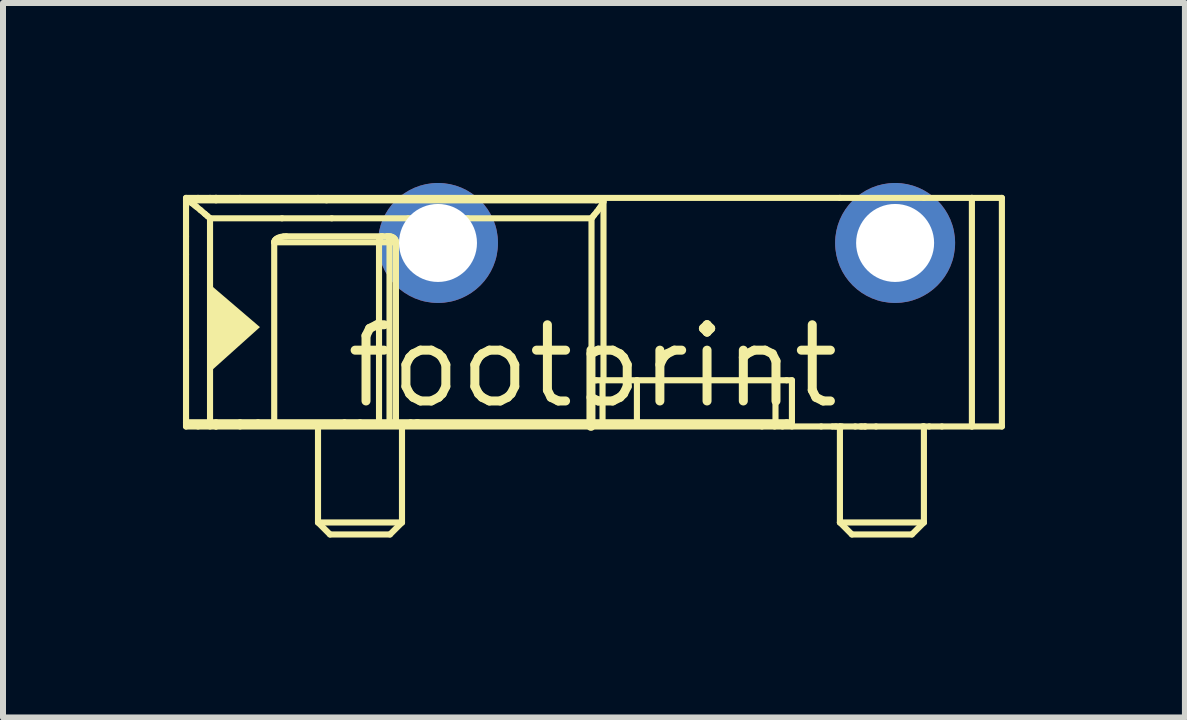
<source format=kicad_pcb>
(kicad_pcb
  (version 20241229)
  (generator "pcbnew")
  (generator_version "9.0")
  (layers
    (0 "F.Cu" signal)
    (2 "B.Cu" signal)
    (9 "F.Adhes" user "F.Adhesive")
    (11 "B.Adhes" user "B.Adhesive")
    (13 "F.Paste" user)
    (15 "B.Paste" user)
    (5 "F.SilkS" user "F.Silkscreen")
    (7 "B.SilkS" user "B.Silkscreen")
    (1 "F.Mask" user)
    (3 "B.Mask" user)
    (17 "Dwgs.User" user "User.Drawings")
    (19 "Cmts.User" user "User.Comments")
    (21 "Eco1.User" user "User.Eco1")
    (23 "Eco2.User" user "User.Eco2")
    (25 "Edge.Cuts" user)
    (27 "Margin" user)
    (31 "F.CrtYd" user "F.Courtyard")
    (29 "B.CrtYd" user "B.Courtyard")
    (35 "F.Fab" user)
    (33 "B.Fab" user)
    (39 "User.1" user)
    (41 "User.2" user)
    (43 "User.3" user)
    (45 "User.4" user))
  (footprint "footprint"
    (layer "F.Cu")
    (at 6.831 3.054)
    (property "Reference" "footprint" (at 0 0 0) (layer "F.SilkS") (effects (font (size 1.27 1.27) (thickness 0.15))))
    (fp_line (start -6.78 -2.805) (end -6.58 -2.805) (stroke (width 0.102) (type solid)) (layer "F.SilkS"))
    (fp_line (start -6.78 -2.765) (end -6.78 -2.805) (stroke (width 0.102) (type solid)) (layer "F.SilkS"))
    (fp_line (start -6.78 -2.665) (end -6.78 -2.765) (stroke (width 0.102) (type solid)) (layer "F.SilkS"))
    (fp_line (start -6.78 -2.165) (end -6.78 -2.665) (stroke (width 0.102) (type solid)) (layer "F.SilkS"))
    (fp_line (start -6.78 -1.865) (end -6.78 -2.165) (stroke (width 0.102) (type solid)) (layer "F.SilkS"))
    (fp_line (start -6.78 -1.527) (end -6.78 -1.865) (stroke (width 0.102) (type solid)) (layer "F.SilkS"))
    (fp_line (start -6.78 -1.527) (end -6.78 -0.273) (stroke (width 0.102) (type solid)) (layer "F.SilkS"))
    (fp_line (start -6.78 0.865) (end -6.78 -0.273) (stroke (width 0.102) (type solid)) (layer "F.SilkS"))
    (fp_line (start -6.78 0.935) (end -6.78 0.865) (stroke (width 0.102) (type solid)) (layer "F.SilkS"))
    (fp_line (start -6.78 0.935) (end -6.38 0.935) (stroke (width 0.102) (type solid)) (layer "F.SilkS"))
    (fp_line (start -6.78 1.005) (end -6.78 0.935) (stroke (width 0.102) (type solid)) (layer "F.SilkS"))
    (fp_line (start -6.78 1.005) (end -6.58 1.005) (stroke (width 0.102) (type solid)) (layer "F.SilkS"))
    (fp_line (start -6.767 -2.765) (end -6.78 -2.765) (stroke (width 0.102) (type solid)) (layer "F.SilkS"))
    (fp_line (start -6.718 -2.743) (end -6.699 -2.729) (stroke (width 0.102) (type solid)) (layer "F.SilkS"))
    (fp_line (start -6.699 -2.729) (end -6.676 -2.713) (stroke (width 0.102) (type solid)) (layer "F.SilkS"))
    (fp_line (start -6.632 -2.678) (end -6.607 -2.658) (stroke (width 0.102) (type solid)) (layer "F.SilkS"))
    (fp_line (start -6.58 -2.805) (end -6.38 -2.805) (stroke (width 0.102) (type solid)) (layer "F.SilkS"))
    (fp_line (start -6.58 1.005) (end -6.38 1.005) (stroke (width 0.102) (type solid)) (layer "F.SilkS"))
    (fp_line (start -6.462 -2.536) (end -6.422 -2.502) (stroke (width 0.102) (type solid)) (layer "F.SilkS"))
    (fp_line (start -6.38 -2.805) (end -6.28 -2.805) (stroke (width 0.102) (type solid)) (layer "F.SilkS"))
    (fp_line (start -6.38 0.935) (end -6.38 -2.465) (stroke (width 0.102) (type solid)) (layer "F.SilkS"))
    (fp_line (start -6.38 1.005) (end -6.28 1.005) (stroke (width 0.102) (type solid)) (layer "F.SilkS"))
    (fp_line (start -6.28 -2.805) (end -6.28 -2.765) (stroke (width 0.102) (type solid)) (layer "F.SilkS"))
    (fp_line (start -6.28 -2.805) (end -5.88 -2.805) (stroke (width 0.102) (type solid)) (layer "F.SilkS"))
    (fp_line (start -6.28 0.935) (end -6.28 1.005) (stroke (width 0.102) (type solid)) (layer "F.SilkS"))
    (fp_line (start -5.88 -2.805) (end -4.58 -2.805) (stroke (width 0.102) (type solid)) (layer "F.SilkS"))
    (fp_line (start -5.88 0.935) (end -6.38 0.935) (stroke (width 0.102) (type solid)) (layer "F.SilkS"))
    (fp_line (start -5.88 1.005) (end -6.28 1.005) (stroke (width 0.102) (type solid)) (layer "F.SilkS"))
    (fp_line (start -5.58 0.935) (end -5.88 0.935) (stroke (width 0.102) (type solid)) (layer "F.SilkS"))
    (fp_line (start -5.31 -2.065) (end -5.31 0.935) (stroke (width 0.102) (type solid)) (layer "F.SilkS"))
    (fp_line (start -5.31 0.935) (end -5.58 0.935) (stroke (width 0.102) (type solid)) (layer "F.SilkS"))
    (fp_line (start -5.18 -2.465) (end -6.38 -2.465) (stroke (width 0.102) (type solid)) (layer "F.SilkS"))
    (fp_line (start -5.11 -2.165) (end -3.513 -2.165) (stroke (width 0.102) (type solid)) (layer "F.SilkS"))
    (fp_line (start -4.58 -2.805) (end -3.18 -2.805) (stroke (width 0.102) (type solid)) (layer "F.SilkS"))
    (fp_line (start -4.58 1.005) (end -5.88 1.005) (stroke (width 0.102) (type solid)) (layer "F.SilkS"))
    (fp_line (start -4.58 1.005) (end -4.58 2.605) (stroke (width 0.102) (type solid)) (layer "F.SilkS"))
    (fp_line (start -4.58 2.605) (end -4.38 2.805) (stroke (width 0.102) (type solid)) (layer "F.SilkS"))
    (fp_line (start -4.58 2.605) (end -3.18 2.605) (stroke (width 0.102) (type solid)) (layer "F.SilkS"))
    (fp_line (start -4.438 -2.765) (end -6.767 -2.765) (stroke (width 0.102) (type solid)) (layer "F.SilkS"))
    (fp_line (start -4.38 2.805) (end -3.38 2.805) (stroke (width 0.102) (type solid)) (layer "F.SilkS"))
    (fp_line (start -4.351 -2.465) (end -5.18 -2.465) (stroke (width 0.102) (type solid)) (layer "F.SilkS"))
    (fp_line (start -4.139 0.935) (end -5.31 0.935) (stroke (width 0.102) (type solid)) (layer "F.SilkS"))
    (fp_line (start -3.879 0.935) (end -4.139 0.935) (stroke (width 0.102) (type solid)) (layer "F.SilkS"))
    (fp_line (start -3.563 -2.065) (end -5.31 -2.065) (stroke (width 0.102) (type solid)) (layer "F.SilkS"))
    (fp_line (start -3.563 0.935) (end -3.879 0.935) (stroke (width 0.102) (type solid)) (layer "F.SilkS"))
    (fp_line (start -3.563 0.935) (end -3.563 -2.065) (stroke (width 0.102) (type solid)) (layer "F.SilkS"))
    (fp_line (start -3.513 -2.165) (end -3.425 -2.165) (stroke (width 0.102) (type solid)) (layer "F.SilkS"))
    (fp_line (start -3.425 -2.165) (end -3.396 -2.165) (stroke (width 0.102) (type solid)) (layer "F.SilkS"))
    (fp_line (start -3.388 -2.065) (end -3.563 -2.065) (stroke (width 0.102) (type solid)) (layer "F.SilkS"))
    (fp_line (start -3.388 0.935) (end -3.563 0.935) (stroke (width 0.102) (type solid)) (layer "F.SilkS"))
    (fp_line (start -3.388 0.935) (end -3.388 -2.065) (stroke (width 0.102) (type solid)) (layer "F.SilkS"))
    (fp_line (start -3.38 2.805) (end -3.18 2.605) (stroke (width 0.102) (type solid)) (layer "F.SilkS"))
    (fp_line (start -3.281 -2.065) (end -3.388 -2.065) (stroke (width 0.102) (type solid)) (layer "F.SilkS"))
    (fp_line (start -3.281 0.935) (end -3.388 0.935) (stroke (width 0.102) (type solid)) (layer "F.SilkS"))
    (fp_line (start -3.281 0.935) (end -3.281 -2.065) (stroke (width 0.102) (type solid)) (layer "F.SilkS"))
    (fp_line (start -3.18 -2.805) (end 4.12 -2.805) (stroke (width 0.102) (type solid)) (layer "F.SilkS"))
    (fp_line (start -3.18 1.005) (end -4.58 1.005) (stroke (width 0.102) (type solid)) (layer "F.SilkS"))
    (fp_line (start -3.18 1.005) (end -3.18 2.605) (stroke (width 0.102) (type solid)) (layer "F.SilkS"))
    (fp_line (start -3.076 -2.465) (end -4.351 -2.465) (stroke (width 0.102) (type solid)) (layer "F.SilkS"))
    (fp_line (start -3.036 0.935) (end -3.281 0.935) (stroke (width 0.102) (type solid)) (layer "F.SilkS"))
    (fp_line (start -2.938 0.935) (end -3.036 0.935) (stroke (width 0.102) (type solid)) (layer "F.SilkS"))
    (fp_line (start -2.911 0.935) (end -2.938 0.935) (stroke (width 0.102) (type solid)) (layer "F.SilkS"))
    (fp_line (start -2.084 -2.465) (end -3.076 -2.465) (stroke (width 0.102) (type solid)) (layer "F.SilkS"))
    (fp_line (start -0.021 -2.465) (end -2.084 -2.465) (stroke (width 0.102) (type solid)) (layer "F.SilkS"))
    (fp_line (start -0.021 0.235) (end -0.021 -2.465) (stroke (width 0.102) (type solid)) (layer "F.SilkS"))
    (fp_line (start -0.002 -2.489) (end 0.022 -2.518) (stroke (width 0.102) (type solid)) (layer "F.SilkS"))
    (fp_line (start 0.054 -2.765) (end -4.438 -2.765) (stroke (width 0.102) (type solid)) (layer "F.SilkS"))
    (fp_line (start 0.054 0.235) (end -0.021 0.235) (stroke (width 0.102) (type solid)) (layer "F.SilkS"))
    (fp_line (start 0.108 -2.626) (end 0.121 -2.644) (stroke (width 0.102) (type solid)) (layer "F.SilkS"))
    (fp_line (start 0.144 -2.677) (end 0.156 -2.695) (stroke (width 0.102) (type solid)) (layer "F.SilkS"))
    (fp_line (start 0.152 -2.765) (end 0.054 -2.765) (stroke (width 0.102) (type solid)) (layer "F.SilkS"))
    (fp_line (start 0.163 0.235) (end 0.054 0.235) (stroke (width 0.102) (type solid)) (layer "F.SilkS"))
    (fp_line (start 0.163 0.935) (end -2.911 0.935) (stroke (width 0.102) (type solid)) (layer "F.SilkS"))
    (fp_line (start 0.163 0.935) (end 0.163 0.235) (stroke (width 0.102) (type solid)) (layer "F.SilkS"))
    (fp_line (start 0.172 -2.724) (end 0.176 -2.735) (stroke (width 0.102) (type solid)) (layer "F.SilkS"))
    (fp_line (start 0.179 -2.748) (end 0.179 0.235) (stroke (width 0.102) (type solid)) (layer "F.SilkS"))
    (fp_line (start 0.179 0.235) (end 0.163 0.235) (stroke (width 0.102) (type solid)) (layer "F.SilkS"))
    (fp_line (start 0.736 0.235) (end 0.179 0.235) (stroke (width 0.102) (type solid)) (layer "F.SilkS"))
    (fp_line (start 0.736 0.235) (end 3.046 0.235) (stroke (width 0.102) (type solid)) (layer "F.SilkS"))
    (fp_line (start 0.736 0.935) (end 0.163 0.935) (stroke (width 0.102) (type solid)) (layer "F.SilkS"))
    (fp_line (start 0.736 0.935) (end 0.736 0.235) (stroke (width 0.102) (type solid)) (layer "F.SilkS"))
    (fp_line (start 2.82 1.005) (end -3.18 1.005) (stroke (width 0.102) (type solid)) (layer "F.SilkS"))
    (fp_line (start 3.031 1.005) (end 2.82 1.005) (stroke (width 0.102) (type solid)) (layer "F.SilkS"))
    (fp_line (start 3.046 0.935) (end 0.736 0.935) (stroke (width 0.102) (type solid)) (layer "F.SilkS"))
    (fp_line (start 3.046 0.935) (end 3.046 0.235) (stroke (width 0.102) (type solid)) (layer "F.SilkS"))
    (fp_line (start 3.162 1.005) (end 3.031 1.005) (stroke (width 0.102) (type solid)) (layer "F.SilkS"))
    (fp_line (start 3.231 0.235) (end 3.046 0.235) (stroke (width 0.102) (type solid)) (layer "F.SilkS"))
    (fp_line (start 3.231 0.935) (end 3.046 0.935) (stroke (width 0.102) (type solid)) (layer "F.SilkS"))
    (fp_line (start 3.32 1.005) (end 3.162 1.005) (stroke (width 0.102) (type solid)) (layer "F.SilkS"))
    (fp_line (start 3.32 0.235) (end 3.231 0.235) (stroke (width 0.102) (type solid)) (layer "F.SilkS"))
    (fp_line (start 3.32 0.235) (end 3.32 0.935) (stroke (width 0.102) (type solid)) (layer "F.SilkS"))
    (fp_line (start 3.32 0.935) (end 3.231 0.935) (stroke (width 0.102) (type solid)) (layer "F.SilkS"))
    (fp_line (start 3.808 1.005) (end 3.32 1.005) (stroke (width 0.102) (type solid)) (layer "F.SilkS"))
    (fp_line (start 3.996 1.005) (end 3.808 1.005) (stroke (width 0.102) (type solid)) (layer "F.SilkS"))
    (fp_line (start 4.037 1.005) (end 3.996 1.005) (stroke (width 0.102) (type solid)) (layer "F.SilkS"))
    (fp_line (start 4.066 1.005) (end 4.037 1.005) (stroke (width 0.102) (type solid)) (layer "F.SilkS"))
    (fp_line (start 4.12 -2.805) (end 5.52 -2.805) (stroke (width 0.102) (type solid)) (layer "F.SilkS"))
    (fp_line (start 4.12 1.005) (end 4.066 1.005) (stroke (width 0.102) (type solid)) (layer "F.SilkS"))
    (fp_line (start 4.12 1.005) (end 4.12 2.605) (stroke (width 0.102) (type solid)) (layer "F.SilkS"))
    (fp_line (start 4.12 2.605) (end 4.32 2.805) (stroke (width 0.102) (type solid)) (layer "F.SilkS"))
    (fp_line (start 4.12 2.605) (end 5.52 2.605) (stroke (width 0.102) (type solid)) (layer "F.SilkS"))
    (fp_line (start 4.154 1.005) (end 4.12 1.005) (stroke (width 0.102) (type solid)) (layer "F.SilkS"))
    (fp_line (start 4.32 2.805) (end 5.32 2.805) (stroke (width 0.102) (type solid)) (layer "F.SilkS"))
    (fp_line (start 4.375 1.005) (end 4.154 1.005) (stroke (width 0.102) (type solid)) (layer "F.SilkS"))
    (fp_line (start 4.464 1.005) (end 4.375 1.005) (stroke (width 0.102) (type solid)) (layer "F.SilkS"))
    (fp_line (start 4.493 1.005) (end 4.464 1.005) (stroke (width 0.102) (type solid)) (layer "F.SilkS"))
    (fp_line (start 4.533 1.005) (end 4.493 1.005) (stroke (width 0.102) (type solid)) (layer "F.SilkS"))
    (fp_line (start 4.546 1.005) (end 4.533 1.005) (stroke (width 0.102) (type solid)) (layer "F.SilkS"))
    (fp_line (start 4.722 1.005) (end 4.546 1.005) (stroke (width 0.102) (type solid)) (layer "F.SilkS"))
    (fp_line (start 5.32 2.805) (end 5.52 2.605) (stroke (width 0.102) (type solid)) (layer "F.SilkS"))
    (fp_line (start 5.497 1.005) (end 4.722 1.005) (stroke (width 0.102) (type solid)) (layer "F.SilkS"))
    (fp_line (start 5.52 -2.805) (end 6.32 -2.805) (stroke (width 0.102) (type solid)) (layer "F.SilkS"))
    (fp_line (start 5.52 1.005) (end 5.497 1.005) (stroke (width 0.102) (type solid)) (layer "F.SilkS"))
    (fp_line (start 5.52 1.005) (end 5.52 2.605) (stroke (width 0.102) (type solid)) (layer "F.SilkS"))
    (fp_line (start 5.609 1.005) (end 5.52 1.005) (stroke (width 0.102) (type solid)) (layer "F.SilkS"))
    (fp_line (start 5.82 1.005) (end 5.609 1.005) (stroke (width 0.102) (type solid)) (layer "F.SilkS"))
    (fp_line (start 6.32 -2.805) (end 6.32 1.005) (stroke (width 0.102) (type solid)) (layer "F.SilkS"))
    (fp_line (start 6.32 -2.805) (end 6.82 -2.805) (stroke (width 0.102) (type solid)) (layer "F.SilkS"))
    (fp_line (start 6.32 1.005) (end 5.82 1.005) (stroke (width 0.102) (type solid)) (layer "F.SilkS"))
    (fp_line (start 6.32 1.005) (end 6.82 1.005) (stroke (width 0.102) (type solid)) (layer "F.SilkS"))
    (fp_line (start 6.82 1.005) (end 6.82 -2.805) (stroke (width 0.102) (type solid)) (layer "F.SilkS"))
    (fp_arc (start -6.7673 -2.765) (mid -6.757444 -2.763454) (end -6.7482 -2.7597) (stroke (width 0.1016) (type solid)) (layer "F.SilkS"))
    (fp_arc (start -6.7482 -2.7597) (mid -6.732902 -2.751811) (end -6.7183 -2.7427) (stroke (width 0.1016) (type solid)) (layer "F.SilkS"))
    (fp_arc (start -6.6764 -2.7132) (mid -6.653908 -2.696033) (end -6.6317 -2.6785) (stroke (width 0.1016) (type solid)) (layer "F.SilkS"))
    (fp_arc (start -6.6066 -2.6581) (mid -6.571924 -2.629401) (end -6.5375 -2.6004) (stroke (width 0.1016) (type solid)) (layer "F.SilkS"))
    (fp_arc (start -6.5375 -2.6004) (mid -6.49958 -2.568131) (end -6.4618 -2.5357) (stroke (width 0.1016) (type solid)) (layer "F.SilkS"))
    (fp_arc (start -6.4224 -2.5017) (mid -6.401197 -2.483354) (end -6.38 -2.465) (stroke (width 0.1016) (type solid)) (layer "F.SilkS"))
    (fp_arc (start -5.3101 -2.065) (mid -5.309293 -2.073882) (end -5.307 -2.0825) (stroke (width 0.1016) (type solid)) (layer "F.SilkS"))
    (fp_arc (start -5.307 -2.0825) (mid -5.303085 -2.091165) (end -5.298 -2.0992) (stroke (width 0.1016) (type solid)) (layer "F.SilkS"))
    (fp_arc (start -5.298 -2.0992) (mid -5.291128 -2.107448) (end -5.2834 -2.1149) (stroke (width 0.1016) (type solid)) (layer "F.SilkS"))
    (fp_arc (start -5.2834 -2.1149) (mid -5.273705 -2.122476) (end -5.2634 -2.1292) (stroke (width 0.1016) (type solid)) (layer "F.SilkS"))
    (fp_arc (start -5.2634 -2.1292) (mid -5.249286 -2.136684) (end -5.2347 -2.1432) (stroke (width 0.1016) (type solid)) (layer "F.SilkS"))
    (fp_arc (start -5.2347 -2.1432) (mid -5.215957 -2.14981) (end -5.1968 -2.1551) (stroke (width 0.1016) (type solid)) (layer "F.SilkS"))
    (fp_arc (start -5.1968 -2.1551) (mid -5.175911 -2.159428) (end -5.1548 -2.1625) (stroke (width 0.1016) (type solid)) (layer "F.SilkS"))
    (fp_arc (start -5.1548 -2.1625) (mid -5.132485 -2.164381) (end -5.1101 -2.165) (stroke (width 0.1016) (type solid)) (layer "F.SilkS"))
    (fp_arc (start -3.5629 -2.065) (mid -3.562569 -2.076169) (end -3.5616 -2.0873) (stroke (width 0.1016) (type solid)) (layer "F.SilkS"))
    (fp_arc (start -3.5616 -2.0873) (mid -3.560077 -2.097907) (end -3.5579 -2.1084) (stroke (width 0.1016) (type solid)) (layer "F.SilkS"))
    (fp_arc (start -3.5579 -2.1084) (mid -3.555293 -2.117957) (end -3.552 -2.1273) (stroke (width 0.1016) (type solid)) (layer "F.SilkS"))
    (fp_arc (start -3.552 -2.1273) (mid -3.548832 -2.134661) (end -3.545 -2.1417) (stroke (width 0.1016) (type solid)) (layer "F.SilkS"))
    (fp_arc (start -3.5449 -2.1416) (mid -3.541578 -2.146762) (end -3.5378 -2.1516) (stroke (width 0.1016) (type solid)) (layer "F.SilkS"))
    (fp_arc (start -3.5379 -2.1517) (mid -3.534164 -2.155582) (end -3.53 -2.159) (stroke (width 0.1016) (type solid)) (layer "F.SilkS"))
    (fp_arc (start -3.53 -2.159) (mid -3.525967 -2.161562) (end -3.5216 -2.1635) (stroke (width 0.1016) (type solid)) (layer "F.SilkS"))
    (fp_arc (start -3.5216 -2.1635) (mid -3.517314 -2.164624) (end -3.5129 -2.165) (stroke (width 0.1016) (type solid)) (layer "F.SilkS"))
    (fp_arc (start -3.4254 -2.165) (mid -3.422066 -2.164616) (end -3.4189 -2.1635) (stroke (width 0.1016) (type solid)) (layer "F.SilkS"))
    (fp_arc (start -3.4189 -2.1635) (mid -3.415557 -2.16152) (end -3.4126 -2.159) (stroke (width 0.1016) (type solid)) (layer "F.SilkS"))
    (fp_arc (start -3.4126 -2.159) (mid -3.409433 -2.155473) (end -3.4067 -2.1516) (stroke (width 0.1016) (type solid)) (layer "F.SilkS"))
    (fp_arc (start -3.4067 -2.1516) (mid -3.403852 -2.146756) (end -3.4014 -2.1417) (stroke (width 0.1016) (type solid)) (layer "F.SilkS"))
    (fp_arc (start -3.4014 -2.1417) (mid -3.398476 -2.134601) (end -3.3961 -2.1273) (stroke (width 0.1016) (type solid)) (layer "F.SilkS"))
    (fp_arc (start -3.3961 -2.165) (mid -3.384759 -2.164535) (end -3.3735 -2.1631) (stroke (width 0.1016) (type solid)) (layer "F.SilkS"))
    (fp_arc (start -3.3961 -2.1273) (mid -3.393631 -2.117913) (end -3.3917 -2.1084) (stroke (width 0.1016) (type solid)) (layer "F.SilkS"))
    (fp_arc (start -3.3917 -2.1084) (mid -3.390051 -2.097883) (end -3.3889 -2.0873) (stroke (width 0.1016) (type solid)) (layer "F.SilkS"))
    (fp_arc (start -3.3889 -2.0873) (mid -3.38821 -2.07616) (end -3.388 -2.065) (stroke (width 0.1016) (type solid)) (layer "F.SilkS"))
    (fp_arc (start -3.3735 -2.1631) (mid -3.362627 -2.160715) (end -3.352 -2.1574) (stroke (width 0.1016) (type solid)) (layer "F.SilkS"))
    (fp_arc (start -3.352 -2.1574) (mid -3.341843 -2.153247) (end -3.3321 -2.1482) (stroke (width 0.1016) (type solid)) (layer "F.SilkS"))
    (fp_arc (start -3.3321 -2.1482) (mid -3.323002 -2.142369) (end -3.3145 -2.1357) (stroke (width 0.1016) (type solid)) (layer "F.SilkS"))
    (fp_arc (start -3.3145 -2.1357) (mid -3.306915 -2.128464) (end -3.3001 -2.1205) (stroke (width 0.1016) (type solid)) (layer "F.SilkS"))
    (fp_arc (start -3.3001 -2.1205) (mid -3.294346 -2.11218) (end -3.2895 -2.1033) (stroke (width 0.1016) (type solid)) (layer "F.SilkS"))
    (fp_arc (start -3.2895 -2.1033) (mid -3.285685 -2.094132) (end -3.2829 -2.0846) (stroke (width 0.1016) (type solid)) (layer "F.SilkS"))
    (fp_arc (start -3.2829 -2.0846) (mid -3.281245 -2.074862) (end -3.2807 -2.065) (stroke (width 0.1016) (type solid)) (layer "F.SilkS"))
    (fp_arc (start -0.0017 -2.4889) (mid -0.011448 -2.476949) (end -0.0212 -2.465) (stroke (width 0.1016) (type solid)) (layer "F.SilkS"))
    (fp_arc (start 0.0675 -2.5746) (mid 0.044876 -2.546339) (end 0.0221 -2.5182) (stroke (width 0.1016) (type solid)) (layer "F.SilkS"))
    (fp_arc (start 0.1078 -2.6264) (mid 0.087792 -2.60039) (end 0.0675 -2.5746) (stroke (width 0.1016) (type solid)) (layer "F.SilkS"))
    (fp_arc (start 0.1443 -2.6769) (mid 0.132949 -2.660594) (end 0.1213 -2.6445) (stroke (width 0.1016) (type solid)) (layer "F.SilkS"))
    (fp_arc (start 0.172 -2.7239) (mid 0.164417 -2.70917) (end 0.156 -2.6949) (stroke (width 0.1016) (type solid)) (layer "F.SilkS"))
    (fp_arc (start 0.1789 -2.7478) (mid 0.178134 -2.741368) (end 0.1765 -2.7351) (stroke (width 0.1016) (type solid)) (layer "F.SilkS"))
    (fp_poly (pts (xy -5.548 -0.651) (xy -6.401 0.114) (xy -6.401 -1.38)) (stroke (width 0) (type solid)) (fill yes) (layer "F.SilkS"))
    (pad "A" thru_hole circle (at -2.58 -2.054) (size 2 2) (drill 1.3) (layers "*.Cu" "*.Mask"))
    (pad "B" thru_hole circle (at 5.04 -2.054) (size 2 2) (drill 1.3) (layers "*.Cu" "*.Mask")))
  (gr_rect
    (start -3 -3)
    (end 16.702 8.91)
    (stroke (width 0.1) (type default))
    (fill no)
    (layer "Edge.Cuts")))
</source>
